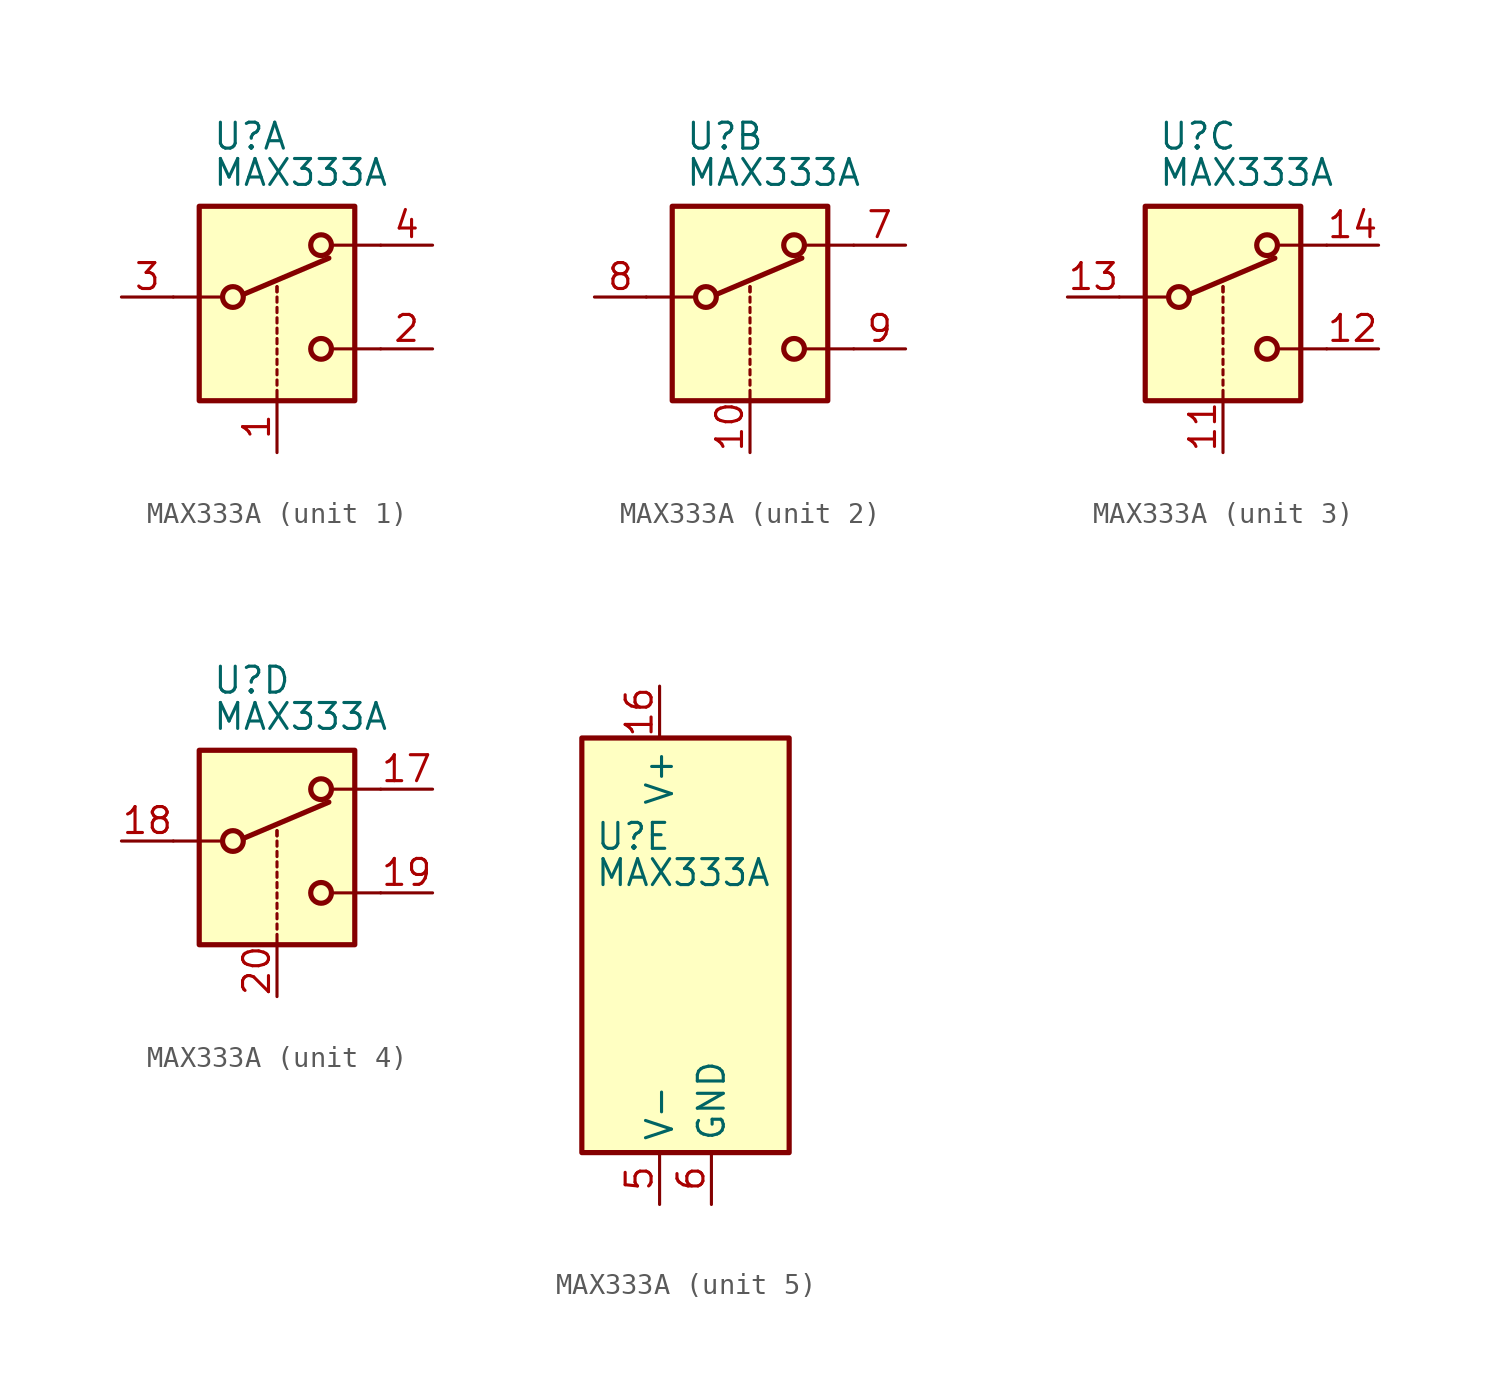
<source format=kicad_sym>
(kicad_symbol_lib
  (version 20201005)
  (generator kicad_symbol_editor)
  (symbol "Analog_Switch:MAX333A"
    (property "Reference" "U"
      (at -3.175 5.334 0)
      (effects (font (size 1.27 1.27)) (justify left)))
    (property "Value" "MAX333A"
      (at -3.175 3.556 0)
      (effects (font (size 1.27 1.27)) (justify left)))
    (symbol "MAX333A_1_1"
      (circle (center -2.159 -2.54) (radius 0.508) (stroke (width 0.254)) (fill (type none)))
      (circle (center 2.159 -5.08) (radius 0.508) (stroke (width 0.254)) (fill (type none)))
      (circle (center 2.159 0) (radius 0.508) (stroke (width 0.254)) (fill (type none)))
      (rectangle (start -3.81 1.905) (end 3.81 -7.62) (stroke (width 0.254)) (fill (type background)))
      (polyline (pts (xy -5.08 -2.54) (xy -2.794 -2.54)) (stroke (width 0)) (fill (type none)))
      (polyline (pts (xy -1.651 -2.413) (xy 2.54 -0.635)) (stroke (width 0.254)) (fill (type none)))
      (polyline (pts (xy 0 -7.62) (xy 0 -7.112)) (stroke (width 0)) (fill (type none)))
      (polyline (pts (xy 0 -6.858) (xy 0 -6.604)) (stroke (width 0)) (fill (type none)))
      (polyline (pts (xy 0 -6.35) (xy 0 -6.096)) (stroke (width 0)) (fill (type none)))
      (polyline (pts (xy 0 -5.842) (xy 0 -5.588)) (stroke (width 0)) (fill (type none)))
      (polyline (pts (xy 0 -5.334) (xy 0 -5.08)) (stroke (width 0)) (fill (type none)))
      (polyline (pts (xy 0 -4.826) (xy 0 -4.572)) (stroke (width 0)) (fill (type none)))
      (polyline (pts (xy 0 -4.318) (xy 0 -4.064)) (stroke (width 0)) (fill (type none)))
      (polyline (pts (xy 0 -3.81) (xy 0 -3.556)) (stroke (width 0)) (fill (type none)))
      (polyline (pts (xy 0 -3.302) (xy 0 -3.048)) (stroke (width 0)) (fill (type none)))
      (polyline (pts (xy 0 -2.794) (xy 0 -2.54)) (stroke (width 0)) (fill (type none)))
      (polyline (pts (xy 0 -2.286) (xy 0 -2.032)) (stroke (width 0)) (fill (type none)))
      (polyline (pts (xy 0 -2.286) (xy 0 -2.032)) (stroke (width 0)) (fill (type none)))
      (polyline (pts (xy 5.08 -5.08) (xy 2.794 -5.08)) (stroke (width 0)) (fill (type none)))
      (polyline (pts (xy 5.08 0) (xy 2.794 0)) (stroke (width 0)) (fill (type none)))
      (pin input line (at 0 -10.16 90) (length 2.54) (name "~" (effects (font (size 1.27 1.27)))) (number "1" (effects (font (size 1.27 1.27)))))
      (pin passive line (at 7.62 -5.08 180) (length 2.54) (name "~" (effects (font (size 1.27 1.27)))) (number "2" (effects (font (size 1.27 1.27)))))
      (pin passive line (at -7.62 -2.54 0) (length 2.54) (name "~" (effects (font (size 1.27 1.27)))) (number "3" (effects (font (size 1.27 1.27)))))
      (pin passive line (at 7.62 0 180) (length 2.54) (name "~" (effects (font (size 1.27 1.27)))) (number "4" (effects (font (size 1.27 1.27))))))
    (symbol "MAX333A_2_1"
      (circle (center -2.159 -2.54) (radius 0.508) (stroke (width 0.254)) (fill (type none)))
      (circle (center 2.159 -5.08) (radius 0.508) (stroke (width 0.254)) (fill (type none)))
      (circle (center 2.159 0) (radius 0.508) (stroke (width 0.254)) (fill (type none)))
      (rectangle (start -3.81 1.905) (end 3.81 -7.62) (stroke (width 0.254)) (fill (type background)))
      (polyline (pts (xy -5.08 -2.54) (xy -2.794 -2.54)) (stroke (width 0)) (fill (type none)))
      (polyline (pts (xy -1.651 -2.413) (xy 2.54 -0.635)) (stroke (width 0.254)) (fill (type none)))
      (polyline (pts (xy 0 -7.62) (xy 0 -7.112)) (stroke (width 0)) (fill (type none)))
      (polyline (pts (xy 0 -6.858) (xy 0 -6.604)) (stroke (width 0)) (fill (type none)))
      (polyline (pts (xy 0 -6.35) (xy 0 -6.096)) (stroke (width 0)) (fill (type none)))
      (polyline (pts (xy 0 -5.842) (xy 0 -5.588)) (stroke (width 0)) (fill (type none)))
      (polyline (pts (xy 0 -5.334) (xy 0 -5.08)) (stroke (width 0)) (fill (type none)))
      (polyline (pts (xy 0 -4.826) (xy 0 -4.572)) (stroke (width 0)) (fill (type none)))
      (polyline (pts (xy 0 -4.318) (xy 0 -4.064)) (stroke (width 0)) (fill (type none)))
      (polyline (pts (xy 0 -3.81) (xy 0 -3.556)) (stroke (width 0)) (fill (type none)))
      (polyline (pts (xy 0 -3.302) (xy 0 -3.048)) (stroke (width 0)) (fill (type none)))
      (polyline (pts (xy 0 -2.794) (xy 0 -2.54)) (stroke (width 0)) (fill (type none)))
      (polyline (pts (xy 0 -2.286) (xy 0 -2.032)) (stroke (width 0)) (fill (type none)))
      (polyline (pts (xy 0 -2.286) (xy 0 -2.032)) (stroke (width 0)) (fill (type none)))
      (polyline (pts (xy 5.08 -5.08) (xy 2.794 -5.08)) (stroke (width 0)) (fill (type none)))
      (polyline (pts (xy 5.08 0) (xy 2.794 0)) (stroke (width 0)) (fill (type none)))
      (pin input line (at 0 -10.16 90) (length 2.54) (name "~" (effects (font (size 1.27 1.27)))) (number "10" (effects (font (size 1.27 1.27)))))
      (pin passive line (at 7.62 0 180) (length 2.54) (name "~" (effects (font (size 1.27 1.27)))) (number "7" (effects (font (size 1.27 1.27)))))
      (pin passive line (at -7.62 -2.54 0) (length 2.54) (name "~" (effects (font (size 1.27 1.27)))) (number "8" (effects (font (size 1.27 1.27)))))
      (pin passive line (at 7.62 -5.08 180) (length 2.54) (name "~" (effects (font (size 1.27 1.27)))) (number "9" (effects (font (size 1.27 1.27))))))
    (symbol "MAX333A_3_1"
      (circle (center -2.159 -2.54) (radius 0.508) (stroke (width 0.254)) (fill (type none)))
      (circle (center 2.159 -5.08) (radius 0.508) (stroke (width 0.254)) (fill (type none)))
      (circle (center 2.159 0) (radius 0.508) (stroke (width 0.254)) (fill (type none)))
      (rectangle (start -3.81 1.905) (end 3.81 -7.62) (stroke (width 0.254)) (fill (type background)))
      (polyline (pts (xy -5.08 -2.54) (xy -2.794 -2.54)) (stroke (width 0)) (fill (type none)))
      (polyline (pts (xy -1.651 -2.413) (xy 2.54 -0.635)) (stroke (width 0.254)) (fill (type none)))
      (polyline (pts (xy 0 -7.62) (xy 0 -7.112)) (stroke (width 0)) (fill (type none)))
      (polyline (pts (xy 0 -6.858) (xy 0 -6.604)) (stroke (width 0)) (fill (type none)))
      (polyline (pts (xy 0 -6.35) (xy 0 -6.096)) (stroke (width 0)) (fill (type none)))
      (polyline (pts (xy 0 -5.842) (xy 0 -5.588)) (stroke (width 0)) (fill (type none)))
      (polyline (pts (xy 0 -5.334) (xy 0 -5.08)) (stroke (width 0)) (fill (type none)))
      (polyline (pts (xy 0 -4.826) (xy 0 -4.572)) (stroke (width 0)) (fill (type none)))
      (polyline (pts (xy 0 -4.318) (xy 0 -4.064)) (stroke (width 0)) (fill (type none)))
      (polyline (pts (xy 0 -3.81) (xy 0 -3.556)) (stroke (width 0)) (fill (type none)))
      (polyline (pts (xy 0 -3.302) (xy 0 -3.048)) (stroke (width 0)) (fill (type none)))
      (polyline (pts (xy 0 -2.794) (xy 0 -2.54)) (stroke (width 0)) (fill (type none)))
      (polyline (pts (xy 0 -2.286) (xy 0 -2.032)) (stroke (width 0)) (fill (type none)))
      (polyline (pts (xy 0 -2.286) (xy 0 -2.032)) (stroke (width 0)) (fill (type none)))
      (polyline (pts (xy 5.08 -5.08) (xy 2.794 -5.08)) (stroke (width 0)) (fill (type none)))
      (polyline (pts (xy 5.08 0) (xy 2.794 0)) (stroke (width 0)) (fill (type none)))
      (pin input line (at 0 -10.16 90) (length 2.54) (name "~" (effects (font (size 1.27 1.27)))) (number "11" (effects (font (size 1.27 1.27)))))
      (pin passive line (at 7.62 -5.08 180) (length 2.54) (name "~" (effects (font (size 1.27 1.27)))) (number "12" (effects (font (size 1.27 1.27)))))
      (pin passive line (at -7.62 -2.54 0) (length 2.54) (name "~" (effects (font (size 1.27 1.27)))) (number "13" (effects (font (size 1.27 1.27)))))
      (pin passive line (at 7.62 0 180) (length 2.54) (name "~" (effects (font (size 1.27 1.27)))) (number "14" (effects (font (size 1.27 1.27))))))
    (symbol "MAX333A_4_1"
      (circle (center -2.159 -2.54) (radius 0.508) (stroke (width 0.254)) (fill (type none)))
      (circle (center 2.159 -5.08) (radius 0.508) (stroke (width 0.254)) (fill (type none)))
      (circle (center 2.159 0) (radius 0.508) (stroke (width 0.254)) (fill (type none)))
      (rectangle (start -3.81 1.905) (end 3.81 -7.62) (stroke (width 0.254)) (fill (type background)))
      (polyline (pts (xy -5.08 -2.54) (xy -2.794 -2.54)) (stroke (width 0)) (fill (type none)))
      (polyline (pts (xy -1.651 -2.413) (xy 2.54 -0.635)) (stroke (width 0.254)) (fill (type none)))
      (polyline (pts (xy 0 -7.62) (xy 0 -7.112)) (stroke (width 0)) (fill (type none)))
      (polyline (pts (xy 0 -6.858) (xy 0 -6.604)) (stroke (width 0)) (fill (type none)))
      (polyline (pts (xy 0 -6.35) (xy 0 -6.096)) (stroke (width 0)) (fill (type none)))
      (polyline (pts (xy 0 -5.842) (xy 0 -5.588)) (stroke (width 0)) (fill (type none)))
      (polyline (pts (xy 0 -5.334) (xy 0 -5.08)) (stroke (width 0)) (fill (type none)))
      (polyline (pts (xy 0 -4.826) (xy 0 -4.572)) (stroke (width 0)) (fill (type none)))
      (polyline (pts (xy 0 -4.318) (xy 0 -4.064)) (stroke (width 0)) (fill (type none)))
      (polyline (pts (xy 0 -3.81) (xy 0 -3.556)) (stroke (width 0)) (fill (type none)))
      (polyline (pts (xy 0 -3.302) (xy 0 -3.048)) (stroke (width 0)) (fill (type none)))
      (polyline (pts (xy 0 -2.794) (xy 0 -2.54)) (stroke (width 0)) (fill (type none)))
      (polyline (pts (xy 0 -2.286) (xy 0 -2.032)) (stroke (width 0)) (fill (type none)))
      (polyline (pts (xy 0 -2.286) (xy 0 -2.032)) (stroke (width 0)) (fill (type none)))
      (polyline (pts (xy 5.08 -5.08) (xy 2.794 -5.08)) (stroke (width 0)) (fill (type none)))
      (polyline (pts (xy 5.08 0) (xy 2.794 0)) (stroke (width 0)) (fill (type none)))
      (pin passive line (at 7.62 0 180) (length 2.54) (name "~" (effects (font (size 1.27 1.27)))) (number "17" (effects (font (size 1.27 1.27)))))
      (pin passive line (at -7.62 -2.54 0) (length 2.54) (name "~" (effects (font (size 1.27 1.27)))) (number "18" (effects (font (size 1.27 1.27)))))
      (pin passive line (at 7.62 -5.08 180) (length 2.54) (name "~" (effects (font (size 1.27 1.27)))) (number "19" (effects (font (size 1.27 1.27)))))
      (pin input line (at 0 -10.16 90) (length 2.54) (name "~" (effects (font (size 1.27 1.27)))) (number "20" (effects (font (size 1.27 1.27))))))
    (symbol "MAX333A_5_0"
      (pin no_connect line (at 2.54 10.16 270) (length 2.54) hide (name "NC" (effects (font (size 1.27 1.27)))) (number "15" (effects (font (size 1.27 1.27)))))
      (pin power_in line (at 0 12.7 270) (length 2.54) (name "V+" (effects (font (size 1.27 1.27)))) (number "16" (effects (font (size 1.27 1.27)))))
      (pin power_in line (at 0 -12.7 90) (length 2.54) (name "V-" (effects (font (size 1.27 1.27)))) (number "5" (effects (font (size 1.27 1.27)))))
      (pin power_in line (at 2.54 -12.7 90) (length 2.54) (name "GND" (effects (font (size 1.27 1.27)))) (number "6" (effects (font (size 1.27 1.27))))))
    (symbol "MAX333A_5_1"
      (rectangle (start -3.81 10.16) (end 6.35 -10.16) (stroke (width 0.254)) (fill (type background))))))
</source>
